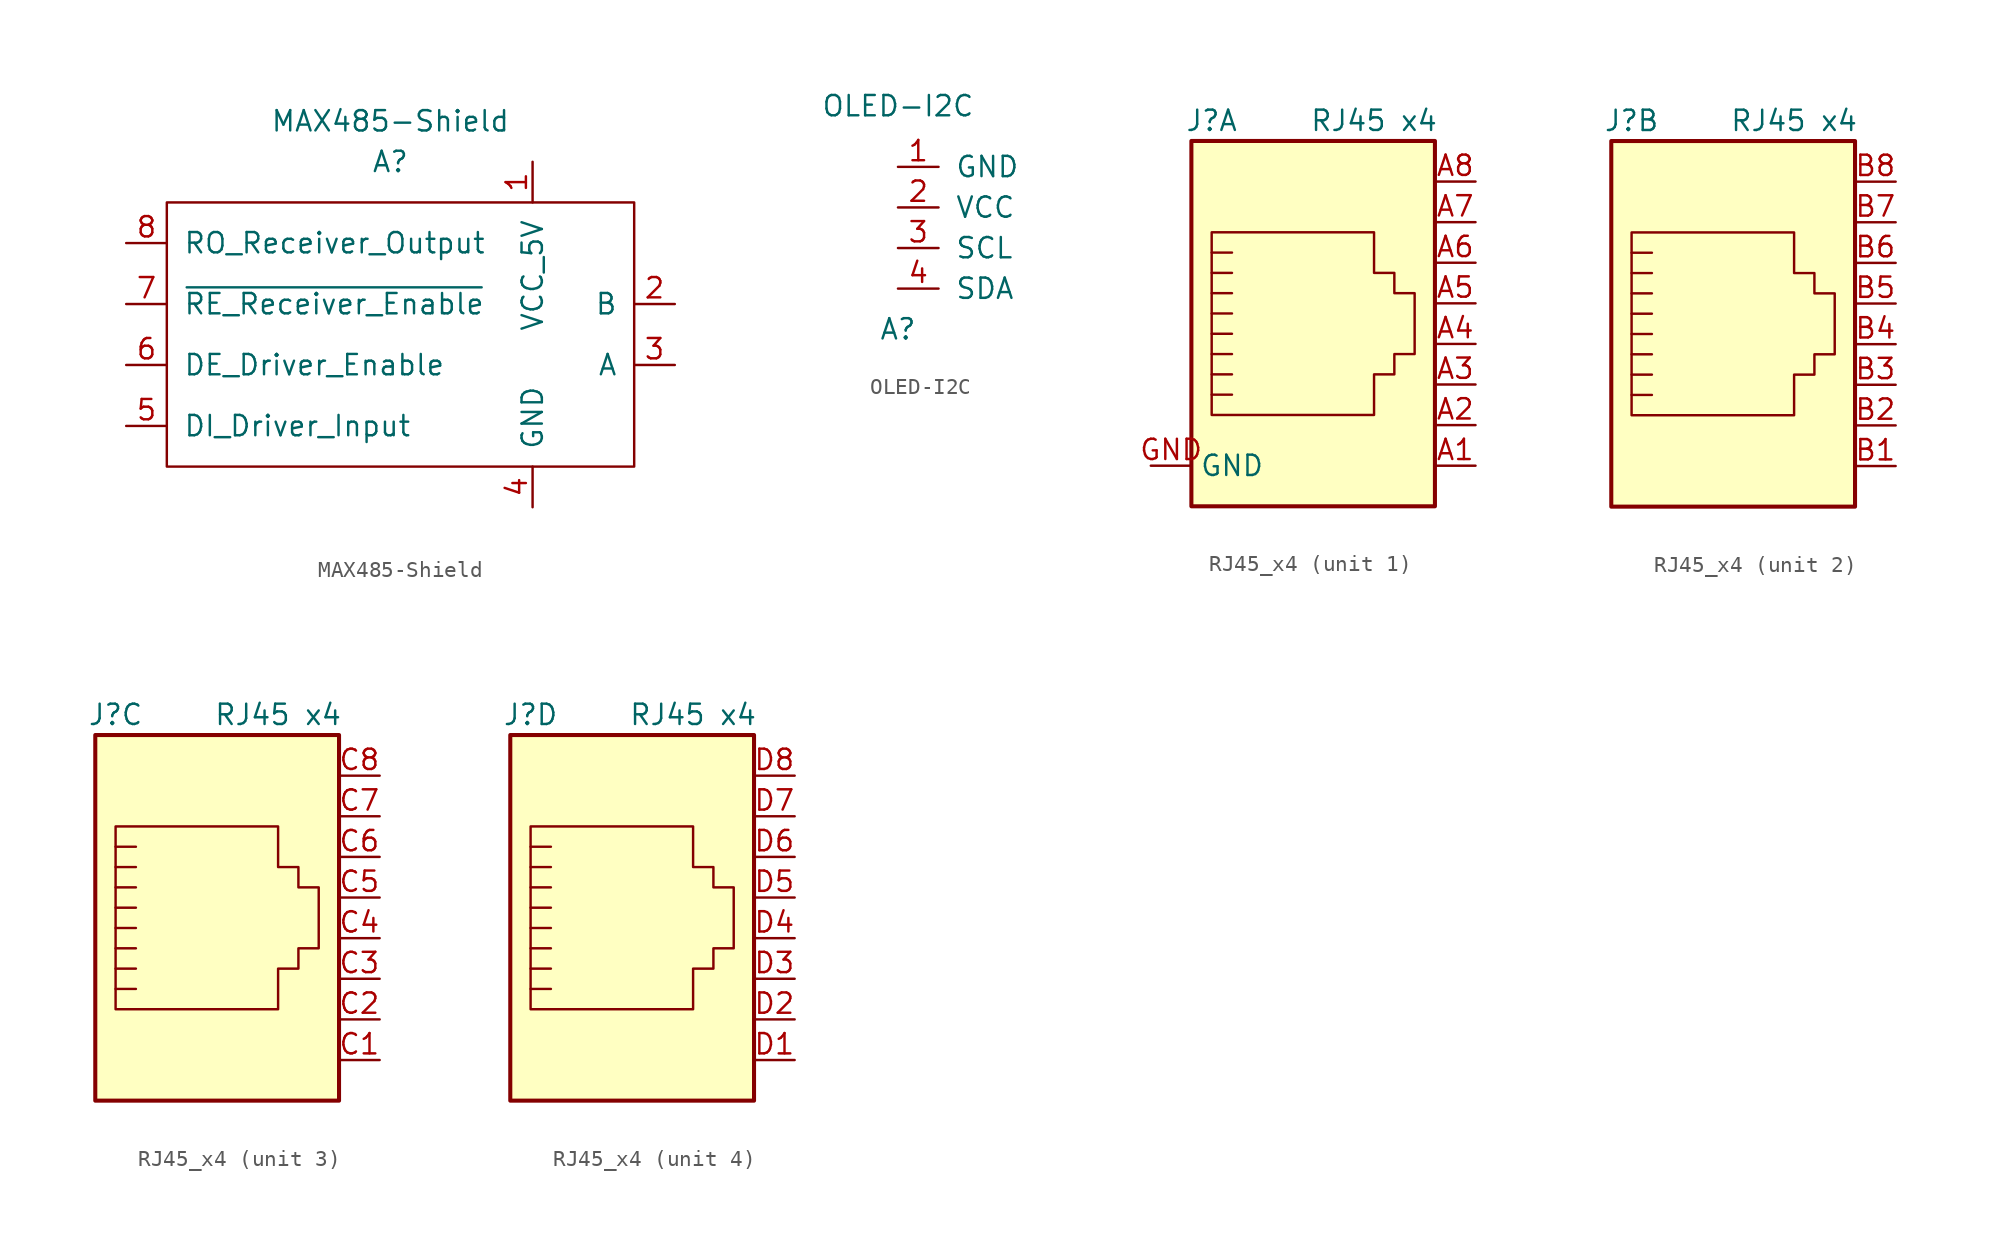
<source format=kicad_sym>
(kicad_symbol_lib
  (version 20220914)
  (generator kicad_symbol_editor)
  (symbol "MAX485-Shield"
    (pin_names
      (offset 1.016))
    (property "Reference" "A"
      (at 0 11.43 0)
      (effects (font (size 1.27 1.27))))
    (property "Value" "MAX485-Shield"
      (at 0 13.97 0)
      (effects (font (size 1.27 1.27))))
    (symbol "MAX485-Shield_0_1"
      (rectangle (start -13.97 8.89) (end 15.24 -7.62) (stroke (width 0) (type solid)) (fill (type none))))
    (symbol "MAX485-Shield_1_1"
      (pin input line (at 8.89 11.43 270) (length 2.54) (name "VCC_5V" (effects (font (size 1.27 1.27)))) (number "1" (effects (font (size 1.27 1.27)))))
      (pin output line (at 17.78 2.54 180) (length 2.54) (name "B" (effects (font (size 1.27 1.27)))) (number "2" (effects (font (size 1.27 1.27)))))
      (pin output line (at 17.78 -1.27 180) (length 2.54) (name "A" (effects (font (size 1.27 1.27)))) (number "3" (effects (font (size 1.27 1.27)))))
      (pin input line (at 8.89 -10.16 90) (length 2.54) (name "GND" (effects (font (size 1.27 1.27)))) (number "4" (effects (font (size 1.27 1.27)))))
      (pin input line (at -16.51 -5.08 0) (length 2.54) (name "DI_Driver_Input" (effects (font (size 1.27 1.27)))) (number "5" (effects (font (size 1.27 1.27)))))
      (pin input line (at -16.51 -1.27 0) (length 2.54) (name "DE_Driver_Enable" (effects (font (size 1.27 1.27)))) (number "6" (effects (font (size 1.27 1.27)))))
      (pin input line (at -16.51 2.54 0) (length 2.54) (name "~{RE_Receiver_Enable}" (effects (font (size 1.27 1.27)))) (number "7" (effects (font (size 1.27 1.27)))))
      (pin output line (at -16.51 6.35 0) (length 2.54) (name "RO_Receiver_Output" (effects (font (size 1.27 1.27)))) (number "8" (effects (font (size 1.27 1.27)))))))
  (symbol "OLED-I2C"
    (pin_names
      (offset 1.016))
    (property "Reference" "A"
      (at 0 -6.35 0)
      (effects (font (size 1.27 1.27))))
    (property "Value" "OLED-I2C"
      (at 0 7.62 0)
      (effects (font (size 1.27 1.27))))
    (symbol "OLED-I2C_1_1"
      (pin input line (at 0 3.81 0) (length 2.54) (name "GND" (effects (font (size 1.27 1.27)))) (number "1" (effects (font (size 1.27 1.27)))))
      (pin input line (at 0 1.27 0) (length 2.54) (name "VCC" (effects (font (size 1.27 1.27)))) (number "2" (effects (font (size 1.27 1.27)))))
      (pin input line (at 0 -1.27 0) (length 2.54) (name "SCL" (effects (font (size 1.27 1.27)))) (number "3" (effects (font (size 1.27 1.27)))))
      (pin input line (at 0 -3.81 0) (length 2.54) (name "SDA" (effects (font (size 1.27 1.27)))) (number "4" (effects (font (size 1.27 1.27)))))))
  (symbol "RJ45_x4"
    (property "Reference" "J"
      (at -13.97 12.7 0)
      (effects (font (size 1.27 1.27))))
    (property "Value" "RJ45 x4"
      (at -3.81 12.7 0)
      (effects (font (size 1.27 1.27))))
    (symbol "RJ45_x4_0_1"
      (polyline (pts (xy -12.7 3.175) (xy -13.97 3.175)) (stroke (width 0) (type default)) (fill (type none)))
      (polyline (pts (xy -12.7 4.445) (xy -13.97 4.445)) (stroke (width 0) (type default)) (fill (type none)))
      (polyline (pts (xy -13.97 -4.445) (xy -12.7 -4.445) (xy -12.7 -4.445)) (stroke (width 0) (type default)) (fill (type none)))
      (polyline (pts (xy -13.97 -3.175) (xy -12.7 -3.175) (xy -12.7 -3.175)) (stroke (width 0) (type default)) (fill (type none)))
      (polyline (pts (xy -13.97 -1.905) (xy -12.7 -1.905) (xy -12.7 -1.905)) (stroke (width 0) (type default)) (fill (type none)))
      (polyline (pts (xy -13.97 -0.635) (xy -12.7 -0.635) (xy -12.7 -0.635)) (stroke (width 0) (type default)) (fill (type none)))
      (polyline (pts (xy -13.97 0.635) (xy -12.7 0.635) (xy -12.7 0.635)) (stroke (width 0) (type default)) (fill (type none)))
      (polyline (pts (xy -12.7 1.905) (xy -13.97 1.905) (xy -13.97 1.905)) (stroke (width 0) (type default)) (fill (type none)))
      (polyline (pts (xy -13.97 -5.715) (xy -13.97 5.715) (xy -3.81 5.715) (xy -3.81 3.175) (xy -2.54 3.175) (xy -2.54 1.905) (xy -1.27 1.905) (xy -1.27 -1.905) (xy -2.54 -1.905) (xy -2.54 -3.175) (xy -3.81 -3.175) (xy -3.81 -5.715) (xy -13.97 -5.715) (xy -13.97 -5.715)) (stroke (width 0) (type default)) (fill (type none)))
      (rectangle (start 0 11.43) (end -15.24 -11.43) (stroke (width 0.254) (type default)) (fill (type background))))
    (symbol "RJ45_x4_1_1"
      (pin passive line (at 2.54 -8.89 180) (length 2.54) (name "~" (effects (font (size 1.27 1.27)))) (number "A1" (effects (font (size 1.27 1.27)))))
      (pin passive line (at 2.54 -6.35 180) (length 2.54) (name "~" (effects (font (size 1.27 1.27)))) (number "A2" (effects (font (size 1.27 1.27)))))
      (pin passive line (at 2.54 -3.81 180) (length 2.54) (name "~" (effects (font (size 1.27 1.27)))) (number "A3" (effects (font (size 1.27 1.27)))))
      (pin passive line (at 2.54 -1.27 180) (length 2.54) (name "~" (effects (font (size 1.27 1.27)))) (number "A4" (effects (font (size 1.27 1.27)))))
      (pin passive line (at 2.54 1.27 180) (length 2.54) (name "~" (effects (font (size 1.27 1.27)))) (number "A5" (effects (font (size 1.27 1.27)))))
      (pin passive line (at 2.54 3.81 180) (length 2.54) (name "~" (effects (font (size 1.27 1.27)))) (number "A6" (effects (font (size 1.27 1.27)))))
      (pin passive line (at 2.54 6.35 180) (length 2.54) (name "~" (effects (font (size 1.27 1.27)))) (number "A7" (effects (font (size 1.27 1.27)))))
      (pin passive line (at 2.54 8.89 180) (length 2.54) (name "~" (effects (font (size 1.27 1.27)))) (number "A8" (effects (font (size 1.27 1.27)))))
      (pin input line (at -17.78 -8.89 0) (length 2.54) (name "GND" (effects (font (size 1.27 1.27)))) (number "GND" (effects (font (size 1.27 1.27))))))
    (symbol "RJ45_x4_2_1"
      (pin passive line (at 2.54 -8.89 180) (length 2.54) (name "~" (effects (font (size 1.27 1.27)))) (number "B1" (effects (font (size 1.27 1.27)))))
      (pin passive line (at 2.54 -6.35 180) (length 2.54) (name "~" (effects (font (size 1.27 1.27)))) (number "B2" (effects (font (size 1.27 1.27)))))
      (pin passive line (at 2.54 -3.81 180) (length 2.54) (name "~" (effects (font (size 1.27 1.27)))) (number "B3" (effects (font (size 1.27 1.27)))))
      (pin passive line (at 2.54 -1.27 180) (length 2.54) (name "~" (effects (font (size 1.27 1.27)))) (number "B4" (effects (font (size 1.27 1.27)))))
      (pin passive line (at 2.54 1.27 180) (length 2.54) (name "~" (effects (font (size 1.27 1.27)))) (number "B5" (effects (font (size 1.27 1.27)))))
      (pin passive line (at 2.54 3.81 180) (length 2.54) (name "~" (effects (font (size 1.27 1.27)))) (number "B6" (effects (font (size 1.27 1.27)))))
      (pin passive line (at 2.54 6.35 180) (length 2.54) (name "~" (effects (font (size 1.27 1.27)))) (number "B7" (effects (font (size 1.27 1.27)))))
      (pin passive line (at 2.54 8.89 180) (length 2.54) (name "~" (effects (font (size 1.27 1.27)))) (number "B8" (effects (font (size 1.27 1.27))))))
    (symbol "RJ45_x4_3_1"
      (pin passive line (at 2.54 -8.89 180) (length 2.54) (name "~" (effects (font (size 1.27 1.27)))) (number "C1" (effects (font (size 1.27 1.27)))))
      (pin passive line (at 2.54 -6.35 180) (length 2.54) (name "~" (effects (font (size 1.27 1.27)))) (number "C2" (effects (font (size 1.27 1.27)))))
      (pin passive line (at 2.54 -3.81 180) (length 2.54) (name "~" (effects (font (size 1.27 1.27)))) (number "C3" (effects (font (size 1.27 1.27)))))
      (pin passive line (at 2.54 -1.27 180) (length 2.54) (name "~" (effects (font (size 1.27 1.27)))) (number "C4" (effects (font (size 1.27 1.27)))))
      (pin passive line (at 2.54 1.27 180) (length 2.54) (name "~" (effects (font (size 1.27 1.27)))) (number "C5" (effects (font (size 1.27 1.27)))))
      (pin passive line (at 2.54 3.81 180) (length 2.54) (name "~" (effects (font (size 1.27 1.27)))) (number "C6" (effects (font (size 1.27 1.27)))))
      (pin passive line (at 2.54 6.35 180) (length 2.54) (name "~" (effects (font (size 1.27 1.27)))) (number "C7" (effects (font (size 1.27 1.27)))))
      (pin passive line (at 2.54 8.89 180) (length 2.54) (name "~" (effects (font (size 1.27 1.27)))) (number "C8" (effects (font (size 1.27 1.27))))))
    (symbol "RJ45_x4_4_1"
      (pin passive line (at 2.54 -8.89 180) (length 2.54) (name "~" (effects (font (size 1.27 1.27)))) (number "D1" (effects (font (size 1.27 1.27)))))
      (pin passive line (at 2.54 -6.35 180) (length 2.54) (name "~" (effects (font (size 1.27 1.27)))) (number "D2" (effects (font (size 1.27 1.27)))))
      (pin passive line (at 2.54 -3.81 180) (length 2.54) (name "~" (effects (font (size 1.27 1.27)))) (number "D3" (effects (font (size 1.27 1.27)))))
      (pin passive line (at 2.54 -1.27 180) (length 2.54) (name "~" (effects (font (size 1.27 1.27)))) (number "D4" (effects (font (size 1.27 1.27)))))
      (pin passive line (at 2.54 1.27 180) (length 2.54) (name "~" (effects (font (size 1.27 1.27)))) (number "D5" (effects (font (size 1.27 1.27)))))
      (pin passive line (at 2.54 3.81 180) (length 2.54) (name "~" (effects (font (size 1.27 1.27)))) (number "D6" (effects (font (size 1.27 1.27)))))
      (pin passive line (at 2.54 6.35 180) (length 2.54) (name "~" (effects (font (size 1.27 1.27)))) (number "D7" (effects (font (size 1.27 1.27)))))
      (pin passive line (at 2.54 8.89 180) (length 2.54) (name "~" (effects (font (size 1.27 1.27)))) (number "D8" (effects (font (size 1.27 1.27))))))))
</source>
